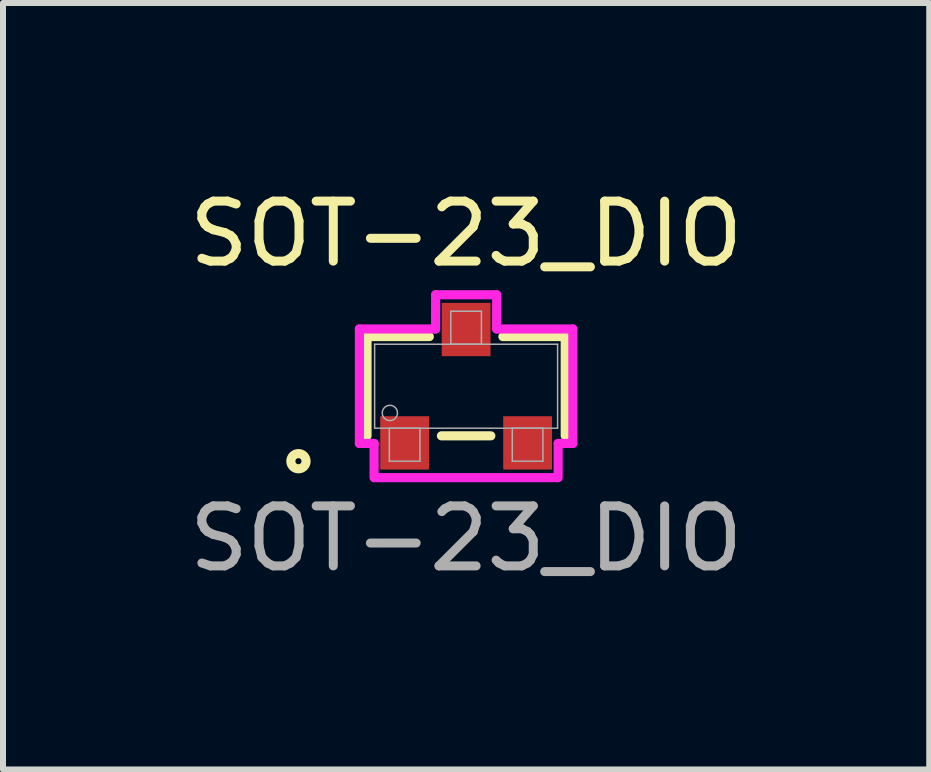
<source format=kicad_pcb>
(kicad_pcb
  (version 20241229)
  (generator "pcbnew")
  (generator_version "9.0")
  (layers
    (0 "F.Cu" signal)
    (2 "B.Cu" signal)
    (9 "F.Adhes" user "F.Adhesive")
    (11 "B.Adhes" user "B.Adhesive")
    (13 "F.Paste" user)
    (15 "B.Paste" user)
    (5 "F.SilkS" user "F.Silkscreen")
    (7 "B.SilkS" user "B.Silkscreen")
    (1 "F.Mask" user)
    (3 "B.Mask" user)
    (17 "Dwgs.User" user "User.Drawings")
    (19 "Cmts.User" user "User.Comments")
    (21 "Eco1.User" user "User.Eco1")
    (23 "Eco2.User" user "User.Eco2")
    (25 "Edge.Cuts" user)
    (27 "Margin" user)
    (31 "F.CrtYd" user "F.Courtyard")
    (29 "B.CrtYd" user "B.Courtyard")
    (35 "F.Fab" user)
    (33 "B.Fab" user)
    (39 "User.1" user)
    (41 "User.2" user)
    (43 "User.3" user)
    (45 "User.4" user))
  (footprint "SOT-23_DIO"
    (layer "F.Cu")
    (at 4.72 3.388)
    (property "Reference" "SOT-23_DIO" (at 0 -2.54 0) (unlocked yes) (layer "F.SilkS") (effects (font (size 1 1) (thickness 0.15))))
    (attr smd)
    (fp_line (start -1.652 -0.827) (end -1.652 0.827) (stroke (width 0.152) (type solid)) (layer "F.SilkS"))
    (fp_line (start -0.613 -0.827) (end -1.652 -0.827) (stroke (width 0.152) (type solid)) (layer "F.SilkS"))
    (fp_line (start -0.412 0.827) (end 0.412 0.827) (stroke (width 0.152) (type solid)) (layer "F.SilkS"))
    (fp_line (start 1.652 -0.827) (end 0.613 -0.827) (stroke (width 0.152) (type solid)) (layer "F.SilkS"))
    (fp_line (start 1.652 0.827) (end 1.652 -0.827) (stroke (width 0.152) (type solid)) (layer "F.SilkS"))
    (fp_circle (center -2.795 1.25) (end -2.668 1.25) (stroke (width 0.152) (type solid)) (fill no) (layer "F.SilkS"))
    (fp_line (start -1.779 -0.954) (end -0.509 -0.954) (stroke (width 0.152) (type solid)) (layer "F.CrtYd"))
    (fp_line (start -1.779 0.954) (end -1.779 -0.954) (stroke (width 0.152) (type solid)) (layer "F.CrtYd"))
    (fp_line (start -1.779 0.954) (end -1.534 0.954) (stroke (width 0.152) (type solid)) (layer "F.CrtYd"))
    (fp_line (start -1.534 0.954) (end -1.534 1.524) (stroke (width 0.152) (type solid)) (layer "F.CrtYd"))
    (fp_line (start -1.524 1.524) (end 1.524 1.524) (stroke (width 0.152) (type solid)) (layer "F.CrtYd"))
    (fp_line (start -0.509 -1.524) (end 0.509 -1.524) (stroke (width 0.152) (type solid)) (layer "F.CrtYd"))
    (fp_line (start -0.509 -0.954) (end -0.508 -1.524) (stroke (width 0.152) (type solid)) (layer "F.CrtYd"))
    (fp_line (start 0.509 -0.954) (end 0.509 -1.524) (stroke (width 0.152) (type solid)) (layer "F.CrtYd"))
    (fp_line (start 1.534 0.954) (end 1.534 1.524) (stroke (width 0.152) (type solid)) (layer "F.CrtYd"))
    (fp_line (start 1.779 -0.954) (end 0.509 -0.954) (stroke (width 0.152) (type solid)) (layer "F.CrtYd"))
    (fp_line (start 1.779 -0.954) (end 1.779 0.954) (stroke (width 0.152) (type solid)) (layer "F.CrtYd"))
    (fp_line (start 1.779 0.954) (end 1.534 0.954) (stroke (width 0.152) (type solid)) (layer "F.CrtYd"))
    (fp_line (start -1.525 -0.7) (end -1.525 0.7) (stroke (width 0.025) (type solid)) (layer "F.Fab"))
    (fp_line (start -1.525 0.7) (end 1.525 0.7) (stroke (width 0.025) (type solid)) (layer "F.Fab"))
    (fp_line (start -1.28 0.7) (end -1.28 1.25) (stroke (width 0.025) (type solid)) (layer "F.Fab"))
    (fp_line (start -1.28 1.25) (end -0.77 1.25) (stroke (width 0.025) (type solid)) (layer "F.Fab"))
    (fp_line (start -0.77 0.7) (end -1.28 0.7) (stroke (width 0.025) (type solid)) (layer "F.Fab"))
    (fp_line (start -0.77 1.25) (end -0.77 0.7) (stroke (width 0.025) (type solid)) (layer "F.Fab"))
    (fp_line (start -0.255 -1.25) (end -0.255 -0.7) (stroke (width 0.025) (type solid)) (layer "F.Fab"))
    (fp_line (start -0.255 -0.7) (end 0.255 -0.7) (stroke (width 0.025) (type solid)) (layer "F.Fab"))
    (fp_line (start 0.255 -1.25) (end -0.255 -1.25) (stroke (width 0.025) (type solid)) (layer "F.Fab"))
    (fp_line (start 0.255 -0.7) (end 0.255 -1.25) (stroke (width 0.025) (type solid)) (layer "F.Fab"))
    (fp_line (start 0.77 0.7) (end 0.77 1.25) (stroke (width 0.025) (type solid)) (layer "F.Fab"))
    (fp_line (start 0.77 1.25) (end 1.28 1.25) (stroke (width 0.025) (type solid)) (layer "F.Fab"))
    (fp_line (start 1.28 0.7) (end 0.77 0.7) (stroke (width 0.025) (type solid)) (layer "F.Fab"))
    (fp_line (start 1.28 1.25) (end 1.28 0.7) (stroke (width 0.025) (type solid)) (layer "F.Fab"))
    (fp_line (start 1.525 -0.7) (end -1.525 -0.7) (stroke (width 0.025) (type solid)) (layer "F.Fab"))
    (fp_line (start 1.525 0.7) (end 1.525 -0.7) (stroke (width 0.025) (type solid)) (layer "F.Fab"))
    (fp_circle (center -1.271 0.446) (end -1.144 0.446) (stroke (width 0.025) (type solid)) (fill no) (layer "F.Fab"))
    (fp_text user "${REFERENCE}" (at 0 2.54 0) (unlocked yes) (layer "F.Fab") (effects (font (size 1 1) (thickness 0.15))))
    (pad "1" smd rect (at -1.025 0.945) (size 0.813 0.889) (layers "F.Cu" "F.Mask" "F.Paste"))
    (pad "2" smd rect (at 1.025 0.945) (size 0.813 0.889) (layers "F.Cu" "F.Mask" "F.Paste"))
    (pad "3" smd rect (at 0 -0.945) (size 0.813 0.889) (layers "F.Cu" "F.Mask" "F.Paste")))
  (gr_rect
    (start -3 -3)
    (end 12.44 9.777)
    (stroke (width 0.1) (type default))
    (fill no)
    (layer "Edge.Cuts")))
</source>
